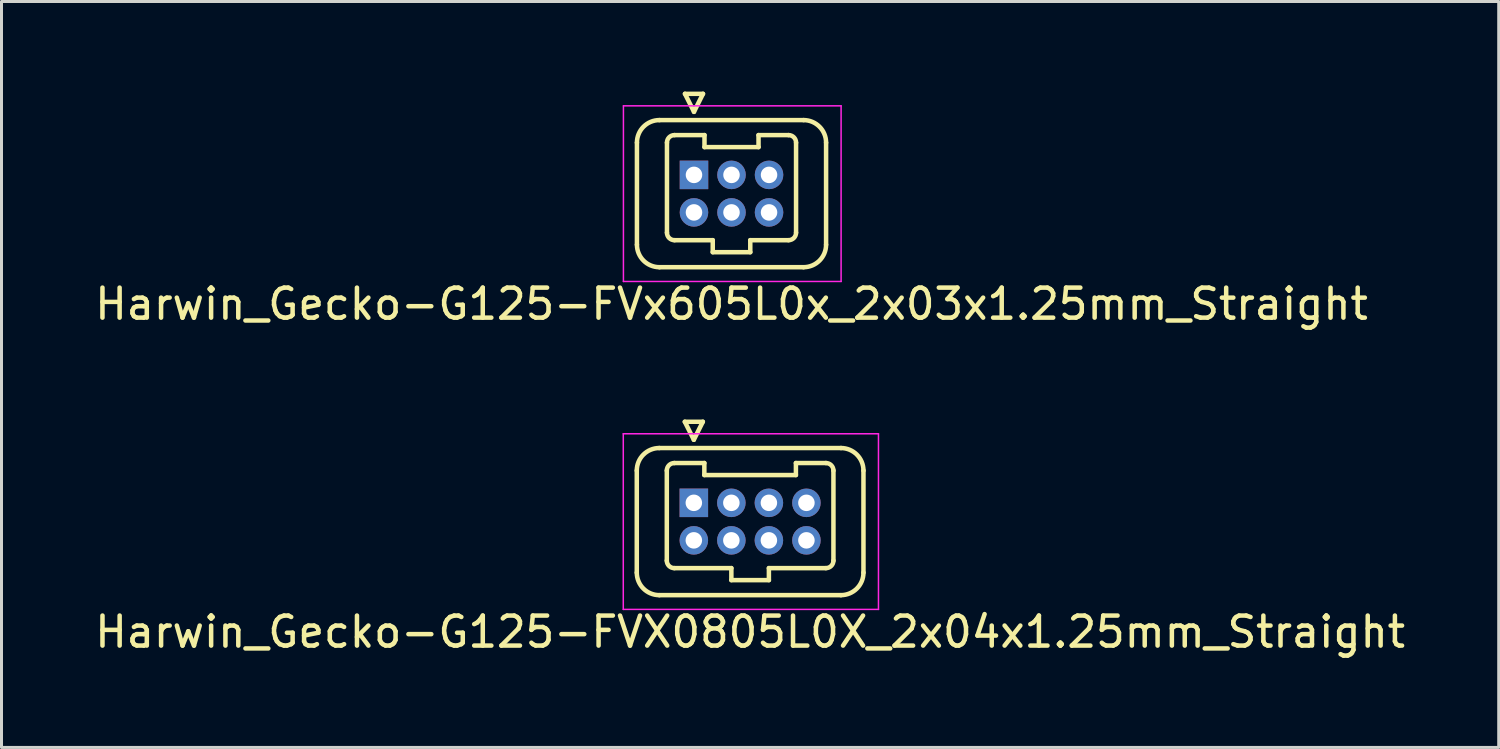
<source format=kicad_pcb>
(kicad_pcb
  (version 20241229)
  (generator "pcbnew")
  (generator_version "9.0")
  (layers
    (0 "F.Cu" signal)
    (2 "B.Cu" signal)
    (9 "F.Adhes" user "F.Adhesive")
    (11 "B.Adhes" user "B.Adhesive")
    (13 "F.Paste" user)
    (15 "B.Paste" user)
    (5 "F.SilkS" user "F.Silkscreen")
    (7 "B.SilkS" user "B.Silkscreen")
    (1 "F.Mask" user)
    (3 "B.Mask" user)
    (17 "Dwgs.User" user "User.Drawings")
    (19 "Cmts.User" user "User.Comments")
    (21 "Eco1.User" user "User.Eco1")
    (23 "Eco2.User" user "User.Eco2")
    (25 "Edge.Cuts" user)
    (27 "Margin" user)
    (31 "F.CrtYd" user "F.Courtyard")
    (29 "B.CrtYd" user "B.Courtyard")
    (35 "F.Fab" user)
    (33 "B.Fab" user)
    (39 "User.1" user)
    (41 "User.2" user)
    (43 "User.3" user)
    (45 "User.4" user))
  (footprint "Harwin_Gecko-G125-FVX0805L0X_2x04x1.25mm_Straight"
    (layer "F.Cu")
    (at 20.06 13.698)
    (property "Reference" "Harwin_Gecko-G125-FVX0805L0X_2x04x1.25mm_Straight" (at 1.875 4.3 0) (layer "F.SilkS") (effects (font (size 1 1) (thickness 0.15))))
    (attr through_hole)
    (fp_line (start -1.9 -1.075) (end -1.9 2.325) (stroke (width 0.15) (type solid)) (layer "F.SilkS"))
    (fp_line (start -1.15 -1.825) (end 4.9 -1.825) (stroke (width 0.15) (type solid)) (layer "F.SilkS"))
    (fp_line (start -1.15 3.075) (end 4.9 3.075) (stroke (width 0.15) (type solid)) (layer "F.SilkS"))
    (fp_line (start -0.9 -1.075) (end -0.9 1.925) (stroke (width 0.15) (type solid)) (layer "F.SilkS"))
    (fp_line (start -0.65 -1.325) (end 0.35 -1.325) (stroke (width 0.15) (type solid)) (layer "F.SilkS"))
    (fp_line (start -0.65 2.175) (end 1.25 2.175) (stroke (width 0.15) (type solid)) (layer "F.SilkS"))
    (fp_line (start -0.3 -2.7) (end 0.3 -2.7) (stroke (width 0.15) (type solid)) (layer "F.SilkS"))
    (fp_line (start 0 -2.1) (end -0.3 -2.7) (stroke (width 0.15) (type solid)) (layer "F.SilkS"))
    (fp_line (start 0.3 -2.7) (end 0 -2.1) (stroke (width 0.15) (type solid)) (layer "F.SilkS"))
    (fp_line (start 0.35 -1.325) (end 0.35 -0.925) (stroke (width 0.15) (type solid)) (layer "F.SilkS"))
    (fp_line (start 0.35 -0.925) (end 3.4 -0.925) (stroke (width 0.15) (type solid)) (layer "F.SilkS"))
    (fp_line (start 1.25 2.175) (end 1.25 2.575) (stroke (width 0.15) (type solid)) (layer "F.SilkS"))
    (fp_line (start 1.25 2.575) (end 2.5 2.575) (stroke (width 0.15) (type solid)) (layer "F.SilkS"))
    (fp_line (start 2.5 2.175) (end 4.4 2.175) (stroke (width 0.15) (type solid)) (layer "F.SilkS"))
    (fp_line (start 2.5 2.575) (end 2.5 2.175) (stroke (width 0.15) (type solid)) (layer "F.SilkS"))
    (fp_line (start 3.4 -1.325) (end 4.4 -1.325) (stroke (width 0.15) (type solid)) (layer "F.SilkS"))
    (fp_line (start 3.4 -0.925) (end 3.4 -1.325) (stroke (width 0.15) (type solid)) (layer "F.SilkS"))
    (fp_line (start 4.65 -1.075) (end 4.65 1.925) (stroke (width 0.15) (type solid)) (layer "F.SilkS"))
    (fp_line (start 5.65 -1.075) (end 5.65 2.325) (stroke (width 0.15) (type solid)) (layer "F.SilkS"))
    (fp_arc (start -1.9 -1.075) (mid -1.68033 -1.60533) (end -1.15 -1.825) (stroke (width 0.15) (type solid)) (layer "F.SilkS"))
    (fp_arc (start -1.15 3.075) (mid -1.68033 2.85533) (end -1.9 2.325) (stroke (width 0.15) (type solid)) (layer "F.SilkS"))
    (fp_arc (start -0.9 -1.075) (mid -0.826777 -1.251777) (end -0.65 -1.325) (stroke (width 0.15) (type solid)) (layer "F.SilkS"))
    (fp_arc (start -0.65 2.175) (mid -0.826777 2.101777) (end -0.9 1.925) (stroke (width 0.15) (type solid)) (layer "F.SilkS"))
    (fp_arc (start 4.4 -1.325) (mid 4.576777 -1.251777) (end 4.65 -1.075) (stroke (width 0.15) (type solid)) (layer "F.SilkS"))
    (fp_arc (start 4.65 1.925) (mid 4.576777 2.101777) (end 4.4 2.175) (stroke (width 0.15) (type solid)) (layer "F.SilkS"))
    (fp_arc (start 4.9 -1.825) (mid 5.43033 -1.60533) (end 5.65 -1.075) (stroke (width 0.15) (type solid)) (layer "F.SilkS"))
    (fp_arc (start 5.65 2.325) (mid 5.43033 2.85533) (end 4.9 3.075) (stroke (width 0.15) (type solid)) (layer "F.SilkS"))
    (fp_line (start -2.35 -2.3) (end -2.35 3.55) (stroke (width 0.05) (type solid)) (layer "F.CrtYd"))
    (fp_line (start -2.35 3.55) (end 6.15 3.55) (stroke (width 0.05) (type solid)) (layer "F.CrtYd"))
    (fp_line (start 6.15 -2.3) (end -2.35 -2.3) (stroke (width 0.05) (type solid)) (layer "F.CrtYd"))
    (fp_line (start 6.15 3.55) (end 6.15 -2.3) (stroke (width 0.05) (type solid)) (layer "F.CrtYd"))
    (pad "1" thru_hole rect (at 0 0) (size 0.95 0.95) (drill 0.55) (layers "*.Cu" "*.Mask"))
    (pad "2" thru_hole circle (at 0 1.25) (size 0.95 0.95) (drill 0.55) (layers "*.Cu" "*.Mask"))
    (pad "3" thru_hole circle (at 1.25 0) (size 0.95 0.95) (drill 0.55) (layers "*.Cu" "*.Mask"))
    (pad "4" thru_hole circle (at 1.25 1.25) (size 0.95 0.95) (drill 0.55) (layers "*.Cu" "*.Mask"))
    (pad "5" thru_hole circle (at 2.5 0) (size 0.95 0.95) (drill 0.55) (layers "*.Cu" "*.Mask"))
    (pad "6" thru_hole circle (at 2.5 1.25) (size 0.95 0.95) (drill 0.55) (layers "*.Cu" "*.Mask"))
    (pad "7" thru_hole circle (at 3.75 0) (size 0.95 0.95) (drill 0.55) (layers "*.Cu" "*.Mask"))
    (pad "8" thru_hole circle (at 3.75 1.25) (size 0.95 0.95) (drill 0.55) (layers "*.Cu" "*.Mask")))
  (footprint "Harwin_Gecko-G125-FVx605L0x_2x03x1.25mm_Straight"
    (layer "F.Cu")
    (at 20.065 2.775)
    (property "Reference" "Harwin_Gecko-G125-FVx605L0x_2x03x1.25mm_Straight" (at 1.25 4.3 0) (layer "F.SilkS") (effects (font (size 1 1) (thickness 0.15))))
    (attr through_hole)
    (fp_line (start -1.9 -1.075) (end -1.9 2.325) (stroke (width 0.15) (type solid)) (layer "F.SilkS"))
    (fp_line (start -1.15 -1.825) (end 3.65 -1.825) (stroke (width 0.15) (type solid)) (layer "F.SilkS"))
    (fp_line (start -1.15 3.075) (end 3.65 3.075) (stroke (width 0.15) (type solid)) (layer "F.SilkS"))
    (fp_line (start -0.9 -1.075) (end -0.9 1.925) (stroke (width 0.15) (type solid)) (layer "F.SilkS"))
    (fp_line (start -0.65 -1.325) (end 0.35 -1.325) (stroke (width 0.15) (type solid)) (layer "F.SilkS"))
    (fp_line (start -0.65 2.175) (end 0.625 2.175) (stroke (width 0.15) (type solid)) (layer "F.SilkS"))
    (fp_line (start -0.3 -2.7) (end 0.3 -2.7) (stroke (width 0.15) (type solid)) (layer "F.SilkS"))
    (fp_line (start 0 -2.1) (end -0.3 -2.7) (stroke (width 0.15) (type solid)) (layer "F.SilkS"))
    (fp_line (start 0.3 -2.7) (end 0 -2.1) (stroke (width 0.15) (type solid)) (layer "F.SilkS"))
    (fp_line (start 0.35 -1.325) (end 0.35 -0.925) (stroke (width 0.15) (type solid)) (layer "F.SilkS"))
    (fp_line (start 0.35 -0.925) (end 2.15 -0.925) (stroke (width 0.15) (type solid)) (layer "F.SilkS"))
    (fp_line (start 0.625 2.175) (end 0.625 2.575) (stroke (width 0.15) (type solid)) (layer "F.SilkS"))
    (fp_line (start 0.625 2.575) (end 1.875 2.575) (stroke (width 0.15) (type solid)) (layer "F.SilkS"))
    (fp_line (start 1.875 2.175) (end 3.15 2.175) (stroke (width 0.15) (type solid)) (layer "F.SilkS"))
    (fp_line (start 1.875 2.575) (end 1.875 2.175) (stroke (width 0.15) (type solid)) (layer "F.SilkS"))
    (fp_line (start 2.15 -1.325) (end 3.15 -1.325) (stroke (width 0.15) (type solid)) (layer "F.SilkS"))
    (fp_line (start 2.15 -0.925) (end 2.15 -1.325) (stroke (width 0.15) (type solid)) (layer "F.SilkS"))
    (fp_line (start 3.4 -1.075) (end 3.4 1.925) (stroke (width 0.15) (type solid)) (layer "F.SilkS"))
    (fp_line (start 4.4 -1.075) (end 4.4 2.325) (stroke (width 0.15) (type solid)) (layer "F.SilkS"))
    (fp_arc (start -1.9 -1.075) (mid -1.68033 -1.60533) (end -1.15 -1.825) (stroke (width 0.15) (type solid)) (layer "F.SilkS"))
    (fp_arc (start -1.15 3.075) (mid -1.68033 2.85533) (end -1.9 2.325) (stroke (width 0.15) (type solid)) (layer "F.SilkS"))
    (fp_arc (start -0.9 -1.075) (mid -0.826777 -1.251777) (end -0.65 -1.325) (stroke (width 0.15) (type solid)) (layer "F.SilkS"))
    (fp_arc (start -0.65 2.175) (mid -0.826777 2.101777) (end -0.9 1.925) (stroke (width 0.15) (type solid)) (layer "F.SilkS"))
    (fp_arc (start 3.15 -1.325) (mid 3.326777 -1.251777) (end 3.4 -1.075) (stroke (width 0.15) (type solid)) (layer "F.SilkS"))
    (fp_arc (start 3.4 1.925) (mid 3.326777 2.101777) (end 3.15 2.175) (stroke (width 0.15) (type solid)) (layer "F.SilkS"))
    (fp_arc (start 3.65 -1.825) (mid 4.18033 -1.60533) (end 4.4 -1.075) (stroke (width 0.15) (type solid)) (layer "F.SilkS"))
    (fp_arc (start 4.4 2.325) (mid 4.18033 2.85533) (end 3.65 3.075) (stroke (width 0.15) (type solid)) (layer "F.SilkS"))
    (fp_line (start -2.35 -2.3) (end -2.35 3.55) (stroke (width 0.05) (type solid)) (layer "F.CrtYd"))
    (fp_line (start -2.35 3.55) (end 4.9 3.55) (stroke (width 0.05) (type solid)) (layer "F.CrtYd"))
    (fp_line (start 4.9 -2.3) (end -2.35 -2.3) (stroke (width 0.05) (type solid)) (layer "F.CrtYd"))
    (fp_line (start 4.9 3.55) (end 4.9 -2.3) (stroke (width 0.05) (type solid)) (layer "F.CrtYd"))
    (pad "1" thru_hole rect (at 0 0) (size 0.95 0.95) (drill 0.55) (layers "*.Cu" "*.Mask"))
    (pad "2" thru_hole circle (at 0 1.25) (size 0.95 0.95) (drill 0.55) (layers "*.Cu" "*.Mask"))
    (pad "3" thru_hole circle (at 1.25 0) (size 0.95 0.95) (drill 0.55) (layers "*.Cu" "*.Mask"))
    (pad "4" thru_hole circle (at 1.25 1.25) (size 0.95 0.95) (drill 0.55) (layers "*.Cu" "*.Mask"))
    (pad "5" thru_hole circle (at 2.5 0) (size 0.95 0.95) (drill 0.55) (layers "*.Cu" "*.Mask"))
    (pad "6" thru_hole circle (at 2.5 1.25) (size 0.95 0.95) (drill 0.55) (layers "*.Cu" "*.Mask")))
  (gr_rect
    (start -3 -3)
    (end 46.869 21.846)
    (stroke (width 0.1) (type default))
    (fill no)
    (layer "Edge.Cuts")))
</source>
